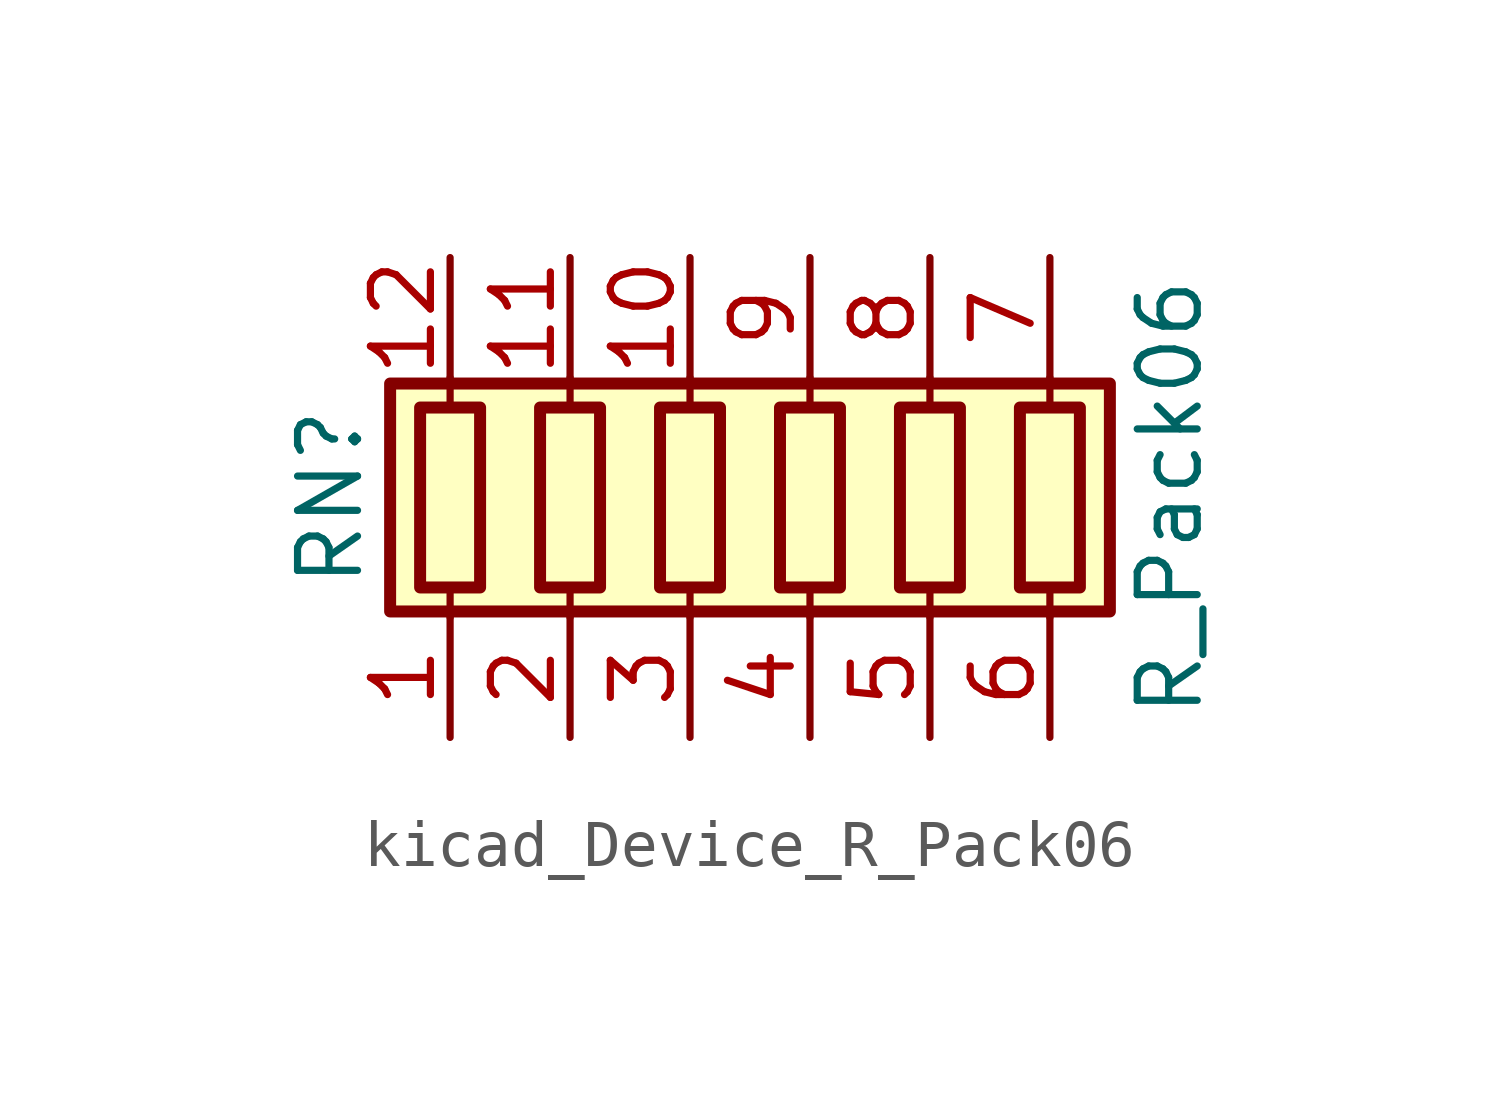
<source format=kicad_sym>
(kicad_symbol_lib
  (version 20220914)
  (generator kicad_symbol_editor)
  (symbol "kicad_Device_R_Pack06"
    (pin_names
      (offset 0) hide)
    (property "Reference" "RN"
      (at -10.16 0 90)
      (effects (font (size 1.27 1.27))))
    (property "Value" "R_Pack06"
      (at 7.62 0 90)
      (effects (font (size 1.27 1.27))))
    (symbol "kicad_Device_R_Pack06_0_1"
      (rectangle (start -8.89 -2.413) (end 6.35 2.413) (stroke (width 0.254) (type default)) (fill (type background)))
      (rectangle (start -8.255 1.905) (end -6.985 -1.905) (stroke (width 0.254) (type default)) (fill (type none)))
      (rectangle (start -5.715 1.905) (end -4.445 -1.905) (stroke (width 0.254) (type default)) (fill (type none)))
      (rectangle (start -3.175 1.905) (end -1.905 -1.905) (stroke (width 0.254) (type default)) (fill (type none)))
      (rectangle (start -0.635 1.905) (end 0.635 -1.905) (stroke (width 0.254) (type default)) (fill (type none)))
      (polyline (pts (xy -7.62 -2.54) (xy -7.62 -1.905)) (stroke (width 0) (type default)) (fill (type none)))
      (polyline (pts (xy -7.62 1.905) (xy -7.62 2.54)) (stroke (width 0) (type default)) (fill (type none)))
      (polyline (pts (xy -5.08 -2.54) (xy -5.08 -1.905)) (stroke (width 0) (type default)) (fill (type none)))
      (polyline (pts (xy -5.08 1.905) (xy -5.08 2.54)) (stroke (width 0) (type default)) (fill (type none)))
      (polyline (pts (xy -2.54 -2.54) (xy -2.54 -1.905)) (stroke (width 0) (type default)) (fill (type none)))
      (polyline (pts (xy -2.54 1.905) (xy -2.54 2.54)) (stroke (width 0) (type default)) (fill (type none)))
      (polyline (pts (xy 0 -2.54) (xy 0 -1.905)) (stroke (width 0) (type default)) (fill (type none)))
      (polyline (pts (xy 0 1.905) (xy 0 2.54)) (stroke (width 0) (type default)) (fill (type none)))
      (polyline (pts (xy 2.54 -2.54) (xy 2.54 -1.905)) (stroke (width 0) (type default)) (fill (type none)))
      (polyline (pts (xy 2.54 1.905) (xy 2.54 2.54)) (stroke (width 0) (type default)) (fill (type none)))
      (polyline (pts (xy 5.08 -2.54) (xy 5.08 -1.905)) (stroke (width 0) (type default)) (fill (type none)))
      (polyline (pts (xy 5.08 1.905) (xy 5.08 2.54)) (stroke (width 0) (type default)) (fill (type none)))
      (rectangle (start 1.905 1.905) (end 3.175 -1.905) (stroke (width 0.254) (type default)) (fill (type none)))
      (rectangle (start 4.445 1.905) (end 5.715 -1.905) (stroke (width 0.254) (type default)) (fill (type none))))
    (symbol "kicad_Device_R_Pack06_1_1"
      (pin passive line (at -7.62 -5.08 90) (length 2.54) (name "R1.1" (effects (font (size 1.27 1.27)))) (number "1" (effects (font (size 1.27 1.27)))))
      (pin passive line (at -2.54 5.08 270) (length 2.54) (name "R3.2" (effects (font (size 1.27 1.27)))) (number "10" (effects (font (size 1.27 1.27)))))
      (pin passive line (at -5.08 5.08 270) (length 2.54) (name "R2.2" (effects (font (size 1.27 1.27)))) (number "11" (effects (font (size 1.27 1.27)))))
      (pin passive line (at -7.62 5.08 270) (length 2.54) (name "R1.2" (effects (font (size 1.27 1.27)))) (number "12" (effects (font (size 1.27 1.27)))))
      (pin passive line (at -5.08 -5.08 90) (length 2.54) (name "R2.1" (effects (font (size 1.27 1.27)))) (number "2" (effects (font (size 1.27 1.27)))))
      (pin passive line (at -2.54 -5.08 90) (length 2.54) (name "R3.1" (effects (font (size 1.27 1.27)))) (number "3" (effects (font (size 1.27 1.27)))))
      (pin passive line (at 0 -5.08 90) (length 2.54) (name "R4.1" (effects (font (size 1.27 1.27)))) (number "4" (effects (font (size 1.27 1.27)))))
      (pin passive line (at 2.54 -5.08 90) (length 2.54) (name "R5.1" (effects (font (size 1.27 1.27)))) (number "5" (effects (font (size 1.27 1.27)))))
      (pin passive line (at 5.08 -5.08 90) (length 2.54) (name "R6.1" (effects (font (size 1.27 1.27)))) (number "6" (effects (font (size 1.27 1.27)))))
      (pin passive line (at 5.08 5.08 270) (length 2.54) (name "R6.2" (effects (font (size 1.27 1.27)))) (number "7" (effects (font (size 1.27 1.27)))))
      (pin passive line (at 2.54 5.08 270) (length 2.54) (name "R5.2" (effects (font (size 1.27 1.27)))) (number "8" (effects (font (size 1.27 1.27)))))
      (pin passive line (at 0 5.08 270) (length 2.54) (name "R4.2" (effects (font (size 1.27 1.27)))) (number "9" (effects (font (size 1.27 1.27))))))))
</source>
